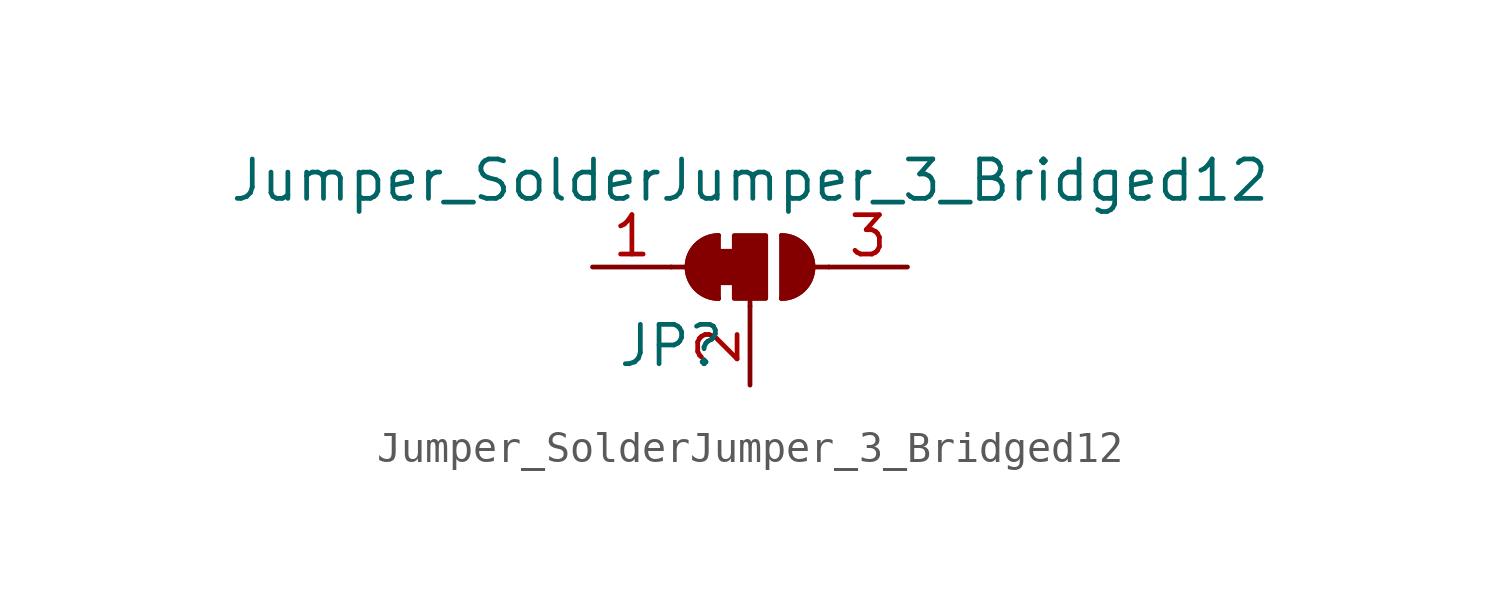
<source format=kicad_sym>
(kicad_symbol_lib
  (version 20211014)
  (generator kicad_symbol_editor)
  (symbol "Jumper_SolderJumper_3_Bridged12"
    (pin_names
      (offset 0) hide)
    (property "Reference" "JP"
      (at -2.54 -2.54 0)
      (effects (font (size 1.27 1.27))))
    (property "Value" "Jumper_SolderJumper_3_Bridged12"
      (at 0 2.794 0)
      (effects (font (size 1.27 1.27))))
    (symbol "Jumper_SolderJumper_3_Bridged12_0_1"
      (rectangle (start -1.016 0.508) (end -0.508 -0.508) (stroke (width 0) (type default) (color 0 0 0 0)) (fill (type outline)))
      (arc (start -1.016 1.016) (mid -2.032 0) (end -1.016 -1.016) (stroke (width 0) (type default) (color 0 0 0 0)) (fill (type none)))
      (arc (start -1.016 1.016) (mid -2.032 0) (end -1.016 -1.016) (stroke (width 0) (type default) (color 0 0 0 0)) (fill (type outline)))
      (rectangle (start -0.508 1.016) (end 0.508 -1.016) (stroke (width 0) (type default) (color 0 0 0 0)) (fill (type outline)))
      (polyline (pts (xy -2.54 0) (xy -2.032 0)) (stroke (width 0) (type default) (color 0 0 0 0)) (fill (type none)))
      (polyline (pts (xy -1.016 1.016) (xy -1.016 -1.016)) (stroke (width 0) (type default) (color 0 0 0 0)) (fill (type none)))
      (polyline (pts (xy 0 -1.27) (xy 0 -1.016)) (stroke (width 0) (type default) (color 0 0 0 0)) (fill (type none)))
      (polyline (pts (xy 1.016 1.016) (xy 1.016 -1.016)) (stroke (width 0) (type default) (color 0 0 0 0)) (fill (type none)))
      (polyline (pts (xy 2.54 0) (xy 2.032 0)) (stroke (width 0) (type default) (color 0 0 0 0)) (fill (type none)))
      (arc (start 1.016 -1.016) (mid 2.032 0) (end 1.016 1.016) (stroke (width 0) (type default) (color 0 0 0 0)) (fill (type none)))
      (arc (start 1.016 -1.016) (mid 2.032 0) (end 1.016 1.016) (stroke (width 0) (type default) (color 0 0 0 0)) (fill (type outline))))
    (symbol "Jumper_SolderJumper_3_Bridged12_1_1"
      (pin passive line (at -5.08 0 0) (length 2.54) (name "A" (effects (font (size 1.27 1.27)))) (number "1" (effects (font (size 1.27 1.27)))))
      (pin input line (at 0 -3.81 90) (length 2.54) (name "C" (effects (font (size 1.27 1.27)))) (number "2" (effects (font (size 1.27 1.27)))))
      (pin passive line (at 5.08 0 180) (length 2.54) (name "B" (effects (font (size 1.27 1.27)))) (number "3" (effects (font (size 1.27 1.27))))))))
</source>
